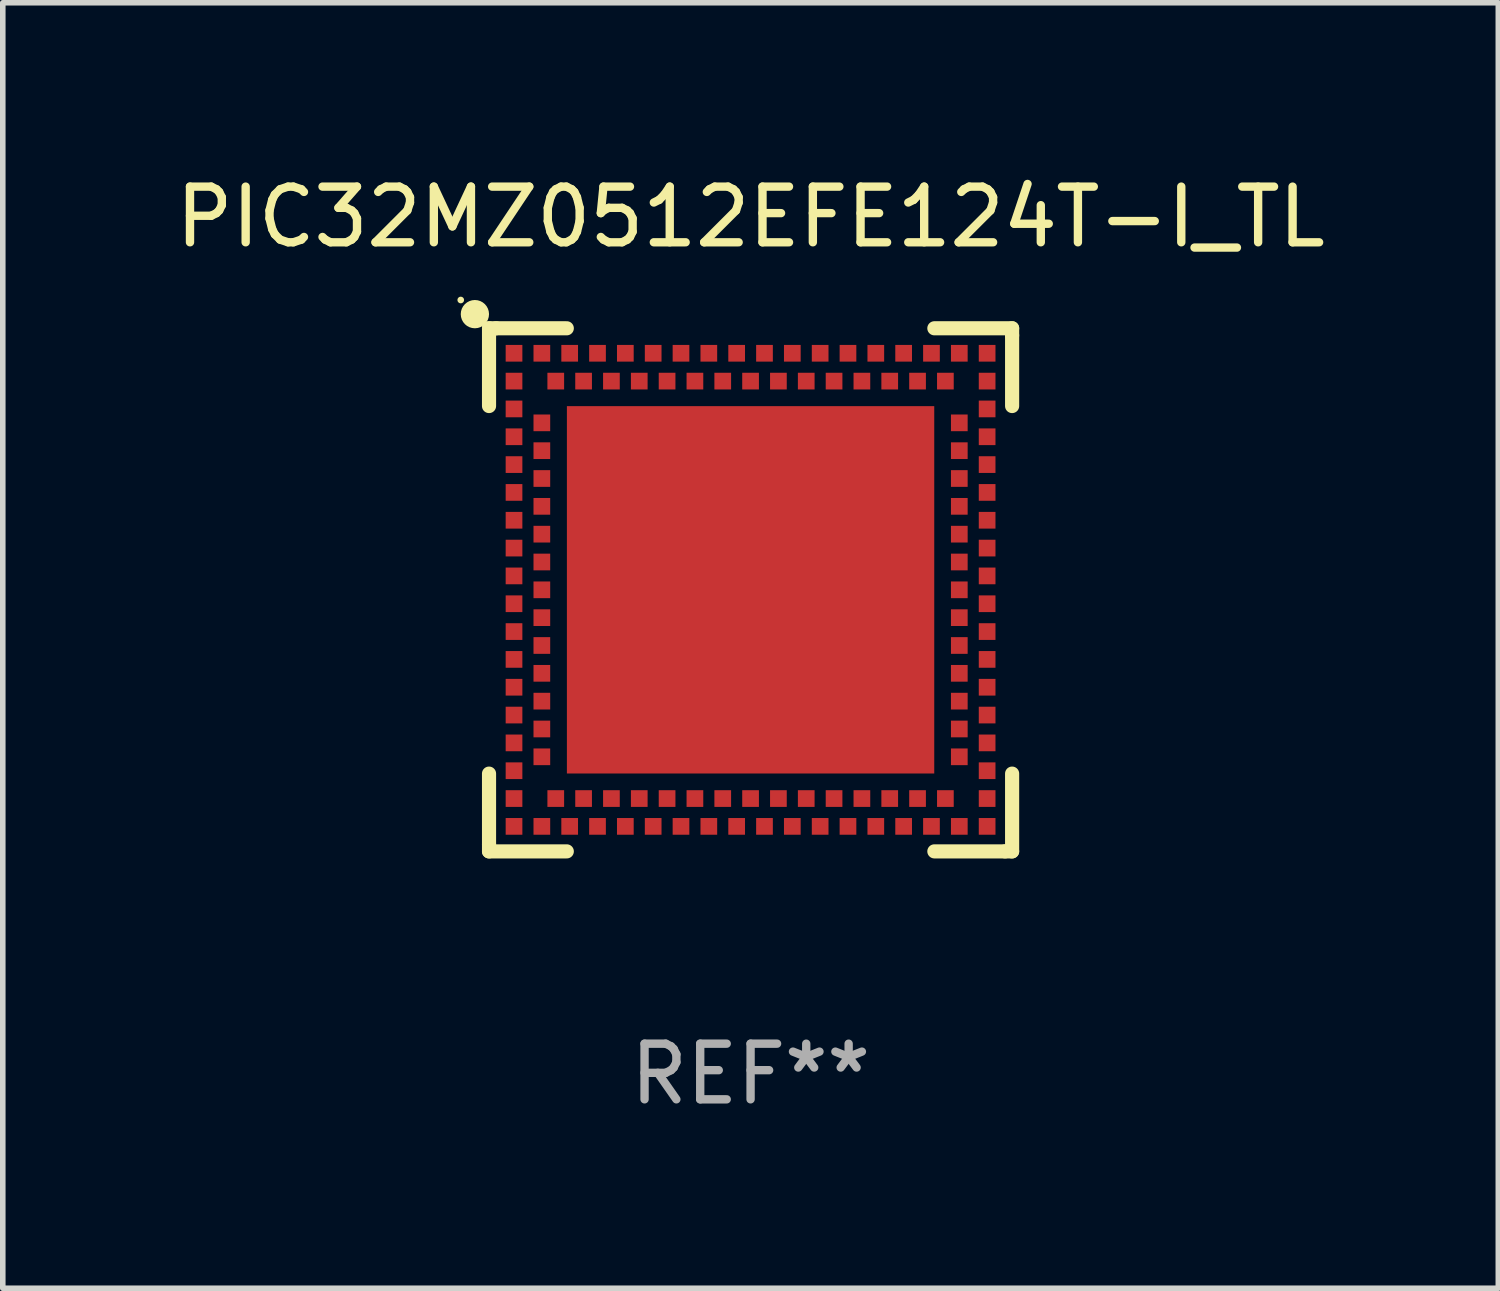
<source format=kicad_pcb>
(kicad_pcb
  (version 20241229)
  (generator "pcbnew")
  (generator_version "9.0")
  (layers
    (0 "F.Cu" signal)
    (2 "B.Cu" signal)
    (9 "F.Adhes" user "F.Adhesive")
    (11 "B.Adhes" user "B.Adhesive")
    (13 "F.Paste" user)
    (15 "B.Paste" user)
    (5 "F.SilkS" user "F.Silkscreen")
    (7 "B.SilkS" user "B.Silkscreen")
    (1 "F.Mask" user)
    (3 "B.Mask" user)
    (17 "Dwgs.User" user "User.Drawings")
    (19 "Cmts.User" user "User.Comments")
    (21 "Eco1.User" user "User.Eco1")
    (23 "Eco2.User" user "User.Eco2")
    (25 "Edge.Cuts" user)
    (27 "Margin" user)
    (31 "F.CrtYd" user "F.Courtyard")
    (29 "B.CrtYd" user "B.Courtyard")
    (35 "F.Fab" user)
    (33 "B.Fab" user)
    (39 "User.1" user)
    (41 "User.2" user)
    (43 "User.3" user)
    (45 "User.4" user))
  (footprint "PIC32MZ0512EFE124T-I_TL"
    (layer "F.Cu")
    (at 10.435 7.547)
    (property "Reference" "PIC32MZ0512EFE124T-I_TL" (at 0 -6.699 0) (layer "F.SilkS") (effects (font (size 1 1) (thickness 0.15))))
    (attr through_hole)
    (fp_line (start -4.699 -4.699) (end -4.699 -3.302) (stroke (width 0.254) (type solid)) (layer "F.SilkS"))
    (fp_line (start -4.699 3.302) (end -4.699 4.572) (stroke (width 0.254) (type solid)) (layer "F.SilkS"))
    (fp_line (start -4.699 4.572) (end -4.699 4.699) (stroke (width 0.254) (type solid)) (layer "F.SilkS"))
    (fp_line (start -4.699 4.699) (end -3.302 4.699) (stroke (width 0.254) (type solid)) (layer "F.SilkS"))
    (fp_line (start -4.572 -4.699) (end -4.699 -4.699) (stroke (width 0.254) (type solid)) (layer "F.SilkS"))
    (fp_line (start -3.302 -4.699) (end -4.572 -4.699) (stroke (width 0.254) (type solid)) (layer "F.SilkS"))
    (fp_line (start 3.302 4.699) (end 4.572 4.699) (stroke (width 0.254) (type solid)) (layer "F.SilkS"))
    (fp_line (start 4.572 4.699) (end 4.699 4.699) (stroke (width 0.254) (type solid)) (layer "F.SilkS"))
    (fp_line (start 4.699 -4.699) (end 3.302 -4.699) (stroke (width 0.254) (type solid)) (layer "F.SilkS"))
    (fp_line (start 4.699 -4.572) (end 4.699 -4.699) (stroke (width 0.254) (type solid)) (layer "F.SilkS"))
    (fp_line (start 4.699 -3.302) (end 4.699 -4.572) (stroke (width 0.254) (type solid)) (layer "F.SilkS"))
    (fp_line (start 4.699 4.699) (end 4.699 3.302) (stroke (width 0.254) (type solid)) (layer "F.SilkS"))
    (fp_circle (center -5.207 -5.207) (end -5.177 -5.207) (stroke (width 0.06) (type solid)) (fill no) (layer "F.SilkS"))
    (fp_circle (center -4.953 -4.953) (end -4.826 -4.953) (stroke (width 0.254) (type solid)) (fill no) (layer "F.SilkS"))
    (fp_text user "REF**" (at 0 8.699 0) (layer "F.Fab") (effects (font (size 1 1) (thickness 0.15))))
    (pad "125" smd rect (at 0.000025 -0.000102 90) (size 6.6 6.6) (layers "F.Cu" "F.Mask" "F.Paste"))
    (pad "A1" smd rect (at -4.25 -3.75 90) (size 0.3 0.3) (layers "F.Cu" "F.Mask" "F.Paste"))
    (pad "A2" smd rect (at -4.25 -3.25 90) (size 0.3 0.3) (layers "F.Cu" "F.Mask" "F.Paste"))
    (pad "A3" smd rect (at -4.25 -2.75 90) (size 0.3 0.3) (layers "F.Cu" "F.Mask" "F.Paste"))
    (pad "A4" smd rect (at -4.25 -2.25 90) (size 0.3 0.3) (layers "F.Cu" "F.Mask" "F.Paste"))
    (pad "A5" smd rect (at -4.25 -1.75 90) (size 0.3 0.3) (layers "F.Cu" "F.Mask" "F.Paste"))
    (pad "A6" smd rect (at -4.25 -1.25 90) (size 0.3 0.3) (layers "F.Cu" "F.Mask" "F.Paste"))
    (pad "A7" smd rect (at -4.25 -0.75 90) (size 0.3 0.3) (layers "F.Cu" "F.Mask" "F.Paste"))
    (pad "A8" smd rect (at -4.25 -0.25 90) (size 0.3 0.3) (layers "F.Cu" "F.Mask" "F.Paste"))
    (pad "A9" smd rect (at -4.25 0.25 90) (size 0.3 0.3) (layers "F.Cu" "F.Mask" "F.Paste"))
    (pad "A10" smd rect (at -4.25 0.75 90) (size 0.3 0.3) (layers "F.Cu" "F.Mask" "F.Paste"))
    (pad "A11" smd rect (at -4.25 1.25 90) (size 0.3 0.3) (layers "F.Cu" "F.Mask" "F.Paste"))
    (pad "A12" smd rect (at -4.25 1.75 90) (size 0.3 0.3) (layers "F.Cu" "F.Mask" "F.Paste"))
    (pad "A13" smd rect (at -4.25 2.25 90) (size 0.3 0.3) (layers "F.Cu" "F.Mask" "F.Paste"))
    (pad "A14" smd rect (at -4.25 2.75 90) (size 0.3 0.3) (layers "F.Cu" "F.Mask" "F.Paste"))
    (pad "A15" smd rect (at -4.25 3.25 90) (size 0.3 0.3) (layers "F.Cu" "F.Mask" "F.Paste"))
    (pad "A16" smd rect (at -4.25 3.75 90) (size 0.3 0.3) (layers "F.Cu" "F.Mask" "F.Paste"))
    (pad "A17" smd rect (at -4.25 4.25 90) (size 0.3 0.3) (layers "F.Cu" "F.Mask" "F.Paste"))
    (pad "A18" smd rect (at -3.75 4.25 90) (size 0.3 0.3) (layers "F.Cu" "F.Mask" "F.Paste"))
    (pad "A19" smd rect (at -3.25 4.25 90) (size 0.3 0.3) (layers "F.Cu" "F.Mask" "F.Paste"))
    (pad "A20" smd rect (at -2.75 4.25 90) (size 0.3 0.3) (layers "F.Cu" "F.Mask" "F.Paste"))
    (pad "A21" smd rect (at -2.25 4.25 90) (size 0.3 0.3) (layers "F.Cu" "F.Mask" "F.Paste"))
    (pad "A22" smd rect (at -1.75 4.25 90) (size 0.3 0.3) (layers "F.Cu" "F.Mask" "F.Paste"))
    (pad "A23" smd rect (at -1.25 4.25 90) (size 0.3 0.3) (layers "F.Cu" "F.Mask" "F.Paste"))
    (pad "A24" smd rect (at -0.75 4.25 90) (size 0.3 0.3) (layers "F.Cu" "F.Mask" "F.Paste"))
    (pad "A25" smd rect (at -0.25 4.25 90) (size 0.3 0.3) (layers "F.Cu" "F.Mask" "F.Paste"))
    (pad "A26" smd rect (at 0.25 4.25 90) (size 0.3 0.3) (layers "F.Cu" "F.Mask" "F.Paste"))
    (pad "A27" smd rect (at 0.75 4.25 90) (size 0.3 0.3) (layers "F.Cu" "F.Mask" "F.Paste"))
    (pad "A28" smd rect (at 1.25 4.25 90) (size 0.3 0.3) (layers "F.Cu" "F.Mask" "F.Paste"))
    (pad "A29" smd rect (at 1.75 4.25 90) (size 0.3 0.3) (layers "F.Cu" "F.Mask" "F.Paste"))
    (pad "A30" smd rect (at 2.25 4.25 90) (size 0.3 0.3) (layers "F.Cu" "F.Mask" "F.Paste"))
    (pad "A31" smd rect (at 2.75 4.25 90) (size 0.3 0.3) (layers "F.Cu" "F.Mask" "F.Paste"))
    (pad "A32" smd rect (at 3.25 4.25 90) (size 0.3 0.3) (layers "F.Cu" "F.Mask" "F.Paste"))
    (pad "A33" smd rect (at 3.75 4.25 90) (size 0.3 0.3) (layers "F.Cu" "F.Mask" "F.Paste"))
    (pad "A34" smd rect (at 4.25 4.25 90) (size 0.3 0.3) (layers "F.Cu" "F.Mask" "F.Paste"))
    (pad "A35" smd rect (at 4.25 3.75 90) (size 0.3 0.3) (layers "F.Cu" "F.Mask" "F.Paste"))
    (pad "A36" smd rect (at 4.25 3.25 90) (size 0.3 0.3) (layers "F.Cu" "F.Mask" "F.Paste"))
    (pad "A37" smd rect (at 4.25 2.75 90) (size 0.3 0.3) (layers "F.Cu" "F.Mask" "F.Paste"))
    (pad "A38" smd rect (at 4.25 2.25 90) (size 0.3 0.3) (layers "F.Cu" "F.Mask" "F.Paste"))
    (pad "A39" smd rect (at 4.25 1.75 90) (size 0.3 0.3) (layers "F.Cu" "F.Mask" "F.Paste"))
    (pad "A40" smd rect (at 4.25 1.25 90) (size 0.3 0.3) (layers "F.Cu" "F.Mask" "F.Paste"))
    (pad "A41" smd rect (at 4.25 0.75 90) (size 0.3 0.3) (layers "F.Cu" "F.Mask" "F.Paste"))
    (pad "A42" smd rect (at 4.25 0.25 90) (size 0.3 0.3) (layers "F.Cu" "F.Mask" "F.Paste"))
    (pad "A43" smd rect (at 4.25 -0.25 90) (size 0.3 0.3) (layers "F.Cu" "F.Mask" "F.Paste"))
    (pad "A44" smd rect (at 4.25 -0.75 90) (size 0.3 0.3) (layers "F.Cu" "F.Mask" "F.Paste"))
    (pad "A45" smd rect (at 4.25 -1.25 90) (size 0.3 0.3) (layers "F.Cu" "F.Mask" "F.Paste"))
    (pad "A46" smd rect (at 4.25 -1.75 90) (size 0.3 0.3) (layers "F.Cu" "F.Mask" "F.Paste"))
    (pad "A47" smd rect (at 4.25 -2.25 90) (size 0.3 0.3) (layers "F.Cu" "F.Mask" "F.Paste"))
    (pad "A48" smd rect (at 4.25 -2.75 90) (size 0.3 0.3) (layers "F.Cu" "F.Mask" "F.Paste"))
    (pad "A49" smd rect (at 4.25 -3.25 90) (size 0.3 0.3) (layers "F.Cu" "F.Mask" "F.Paste"))
    (pad "A50" smd rect (at 4.25 -3.75 90) (size 0.3 0.3) (layers "F.Cu" "F.Mask" "F.Paste"))
    (pad "A51" smd rect (at 4.25 -4.25 90) (size 0.3 0.3) (layers "F.Cu" "F.Mask" "F.Paste"))
    (pad "A52" smd rect (at 3.75 -4.25 90) (size 0.3 0.3) (layers "F.Cu" "F.Mask" "F.Paste"))
    (pad "A53" smd rect (at 3.25 -4.25 90) (size 0.3 0.3) (layers "F.Cu" "F.Mask" "F.Paste"))
    (pad "A54" smd rect (at 2.75 -4.25 90) (size 0.3 0.3) (layers "F.Cu" "F.Mask" "F.Paste"))
    (pad "A55" smd rect (at 2.25 -4.25 90) (size 0.3 0.3) (layers "F.Cu" "F.Mask" "F.Paste"))
    (pad "A56" smd rect (at 1.75 -4.25 90) (size 0.3 0.3) (layers "F.Cu" "F.Mask" "F.Paste"))
    (pad "A57" smd rect (at 1.25 -4.25 90) (size 0.3 0.3) (layers "F.Cu" "F.Mask" "F.Paste"))
    (pad "A58" smd rect (at 0.75 -4.25 90) (size 0.3 0.3) (layers "F.Cu" "F.Mask" "F.Paste"))
    (pad "A59" smd rect (at 0.25 -4.25 90) (size 0.3 0.3) (layers "F.Cu" "F.Mask" "F.Paste"))
    (pad "A60" smd rect (at -0.25 -4.25 90) (size 0.3 0.3) (layers "F.Cu" "F.Mask" "F.Paste"))
    (pad "A61" smd rect (at -0.75 -4.25 90) (size 0.3 0.3) (layers "F.Cu" "F.Mask" "F.Paste"))
    (pad "A62" smd rect (at -1.25 -4.25 90) (size 0.3 0.3) (layers "F.Cu" "F.Mask" "F.Paste"))
    (pad "A63" smd rect (at -1.75 -4.25 90) (size 0.3 0.3) (layers "F.Cu" "F.Mask" "F.Paste"))
    (pad "A64" smd rect (at -2.25 -4.25 90) (size 0.3 0.3) (layers "F.Cu" "F.Mask" "F.Paste"))
    (pad "A65" smd rect (at -2.75 -4.25 90) (size 0.3 0.3) (layers "F.Cu" "F.Mask" "F.Paste"))
    (pad "A66" smd rect (at -3.25 -4.25 90) (size 0.3 0.3) (layers "F.Cu" "F.Mask" "F.Paste"))
    (pad "A67" smd rect (at -3.75 -4.25 90) (size 0.3 0.3) (layers "F.Cu" "F.Mask" "F.Paste"))
    (pad "A68" smd rect (at -4.25 -4.25 90) (size 0.3 0.3) (layers "F.Cu" "F.Mask" "F.Paste"))
    (pad "B1" smd rect (at -3.75 -3 90) (size 0.3 0.3) (layers "F.Cu" "F.Mask" "F.Paste"))
    (pad "B2" smd rect (at -3.75 -2.5 90) (size 0.3 0.3) (layers "F.Cu" "F.Mask" "F.Paste"))
    (pad "B3" smd rect (at -3.75 -2 90) (size 0.3 0.3) (layers "F.Cu" "F.Mask" "F.Paste"))
    (pad "B4" smd rect (at -3.75 -1.5 90) (size 0.3 0.3) (layers "F.Cu" "F.Mask" "F.Paste"))
    (pad "B5" smd rect (at -3.75 -1 90) (size 0.3 0.3) (layers "F.Cu" "F.Mask" "F.Paste"))
    (pad "B6" smd rect (at -3.75 -0.5 90) (size 0.3 0.3) (layers "F.Cu" "F.Mask" "F.Paste"))
    (pad "B7" smd rect (at -3.75 -0.000102 90) (size 0.3 0.3) (layers "F.Cu" "F.Mask" "F.Paste"))
    (pad "B8" smd rect (at -3.75 0.5 90) (size 0.3 0.3) (layers "F.Cu" "F.Mask" "F.Paste"))
    (pad "B9" smd rect (at -3.75 1 90) (size 0.3 0.3) (layers "F.Cu" "F.Mask" "F.Paste"))
    (pad "B10" smd rect (at -3.75 1.5 90) (size 0.3 0.3) (layers "F.Cu" "F.Mask" "F.Paste"))
    (pad "B11" smd rect (at -3.75 2 90) (size 0.3 0.3) (layers "F.Cu" "F.Mask" "F.Paste"))
    (pad "B12" smd rect (at -3.75 2.5 90) (size 0.3 0.3) (layers "F.Cu" "F.Mask" "F.Paste"))
    (pad "B13" smd rect (at -3.75 3 90) (size 0.3 0.3) (layers "F.Cu" "F.Mask" "F.Paste"))
    (pad "B14" smd rect (at -3.5 3.75 90) (size 0.3 0.3) (layers "F.Cu" "F.Mask" "F.Paste"))
    (pad "B15" smd rect (at -3 3.75 90) (size 0.3 0.3) (layers "F.Cu" "F.Mask" "F.Paste"))
    (pad "B16" smd rect (at -2.5 3.75 90) (size 0.3 0.3) (layers "F.Cu" "F.Mask" "F.Paste"))
    (pad "B17" smd rect (at -2 3.75 90) (size 0.3 0.3) (layers "F.Cu" "F.Mask" "F.Paste"))
    (pad "B18" smd rect (at -1.5 3.75 90) (size 0.3 0.3) (layers "F.Cu" "F.Mask" "F.Paste"))
    (pad "B19" smd rect (at -1 3.75 90) (size 0.3 0.3) (layers "F.Cu" "F.Mask" "F.Paste"))
    (pad "B20" smd rect (at -0.5 3.75 90) (size 0.3 0.3) (layers "F.Cu" "F.Mask" "F.Paste"))
    (pad "B21" smd rect (at 0.000025 3.75 90) (size 0.3 0.3) (layers "F.Cu" "F.Mask" "F.Paste"))
    (pad "B22" smd rect (at 0.5 3.75 90) (size 0.3 0.3) (layers "F.Cu" "F.Mask" "F.Paste"))
    (pad "B23" smd rect (at 1 3.75 90) (size 0.3 0.3) (layers "F.Cu" "F.Mask" "F.Paste"))
    (pad "B24" smd rect (at 1.5 3.75 90) (size 0.3 0.3) (layers "F.Cu" "F.Mask" "F.Paste"))
    (pad "B25" smd rect (at 2 3.75 90) (size 0.3 0.3) (layers "F.Cu" "F.Mask" "F.Paste"))
    (pad "B26" smd rect (at 2.5 3.75 90) (size 0.3 0.3) (layers "F.Cu" "F.Mask" "F.Paste"))
    (pad "B27" smd rect (at 3 3.75 90) (size 0.3 0.3) (layers "F.Cu" "F.Mask" "F.Paste"))
    (pad "B28" smd rect (at 3.5 3.75 90) (size 0.3 0.3) (layers "F.Cu" "F.Mask" "F.Paste"))
    (pad "B29" smd rect (at 3.75 3 90) (size 0.3 0.3) (layers "F.Cu" "F.Mask" "F.Paste"))
    (pad "B30" smd rect (at 3.75 2.5 90) (size 0.3 0.3) (layers "F.Cu" "F.Mask" "F.Paste"))
    (pad "B31" smd rect (at 3.75 2 90) (size 0.3 0.3) (layers "F.Cu" "F.Mask" "F.Paste"))
    (pad "B32" smd rect (at 3.75 1.5 90) (size 0.3 0.3) (layers "F.Cu" "F.Mask" "F.Paste"))
    (pad "B33" smd rect (at 3.75 1 90) (size 0.3 0.3) (layers "F.Cu" "F.Mask" "F.Paste"))
    (pad "B34" smd rect (at 3.75 0.5 90) (size 0.3 0.3) (layers "F.Cu" "F.Mask" "F.Paste"))
    (pad "B35" smd rect (at 3.75 -0.000102 90) (size 0.3 0.3) (layers "F.Cu" "F.Mask" "F.Paste"))
    (pad "B36" smd rect (at 3.75 -0.5 90) (size 0.3 0.3) (layers "F.Cu" "F.Mask" "F.Paste"))
    (pad "B37" smd rect (at 3.75 -1 90) (size 0.3 0.3) (layers "F.Cu" "F.Mask" "F.Paste"))
    (pad "B38" smd rect (at 3.75 -1.5 90) (size 0.3 0.3) (layers "F.Cu" "F.Mask" "F.Paste"))
    (pad "B39" smd rect (at 3.75 -2 90) (size 0.3 0.3) (layers "F.Cu" "F.Mask" "F.Paste"))
    (pad "B40" smd rect (at 3.75 -2.5 90) (size 0.3 0.3) (layers "F.Cu" "F.Mask" "F.Paste"))
    (pad "B41" smd rect (at 3.75 -3 90) (size 0.3 0.3) (layers "F.Cu" "F.Mask" "F.Paste"))
    (pad "B42" smd rect (at 3.5 -3.75 90) (size 0.3 0.3) (layers "F.Cu" "F.Mask" "F.Paste"))
    (pad "B43" smd rect (at 3 -3.75 90) (size 0.3 0.3) (layers "F.Cu" "F.Mask" "F.Paste"))
    (pad "B44" smd rect (at 2.5 -3.75 90) (size 0.3 0.3) (layers "F.Cu" "F.Mask" "F.Paste"))
    (pad "B45" smd rect (at 2 -3.75 90) (size 0.3 0.3) (layers "F.Cu" "F.Mask" "F.Paste"))
    (pad "B46" smd rect (at 1.5 -3.75 90) (size 0.3 0.3) (layers "F.Cu" "F.Mask" "F.Paste"))
    (pad "B47" smd rect (at 1 -3.75 90) (size 0.3 0.3) (layers "F.Cu" "F.Mask" "F.Paste"))
    (pad "B48" smd rect (at 0.5 -3.75 90) (size 0.3 0.3) (layers "F.Cu" "F.Mask" "F.Paste"))
    (pad "B49" smd rect (at 0.000025 -3.75 90) (size 0.3 0.3) (layers "F.Cu" "F.Mask" "F.Paste"))
    (pad "B50" smd rect (at -0.5 -3.75 90) (size 0.3 0.3) (layers "F.Cu" "F.Mask" "F.Paste"))
    (pad "B51" smd rect (at -1 -3.75 90) (size 0.3 0.3) (layers "F.Cu" "F.Mask" "F.Paste"))
    (pad "B52" smd rect (at -1.5 -3.75 90) (size 0.3 0.3) (layers "F.Cu" "F.Mask" "F.Paste"))
    (pad "B53" smd rect (at -2 -3.75 90) (size 0.3 0.3) (layers "F.Cu" "F.Mask" "F.Paste"))
    (pad "B54" smd rect (at -2.5 -3.75 90) (size 0.3 0.3) (layers "F.Cu" "F.Mask" "F.Paste"))
    (pad "B55" smd rect (at -3 -3.75 90) (size 0.3 0.3) (layers "F.Cu" "F.Mask" "F.Paste"))
    (pad "B56" smd rect (at -3.5 -3.75 90) (size 0.3 0.3) (layers "F.Cu" "F.Mask" "F.Paste")))
  (gr_rect
    (start -3 -3)
    (end 23.869 20.095)
    (stroke (width 0.1) (type default))
    (fill no)
    (layer "Edge.Cuts")))
</source>
